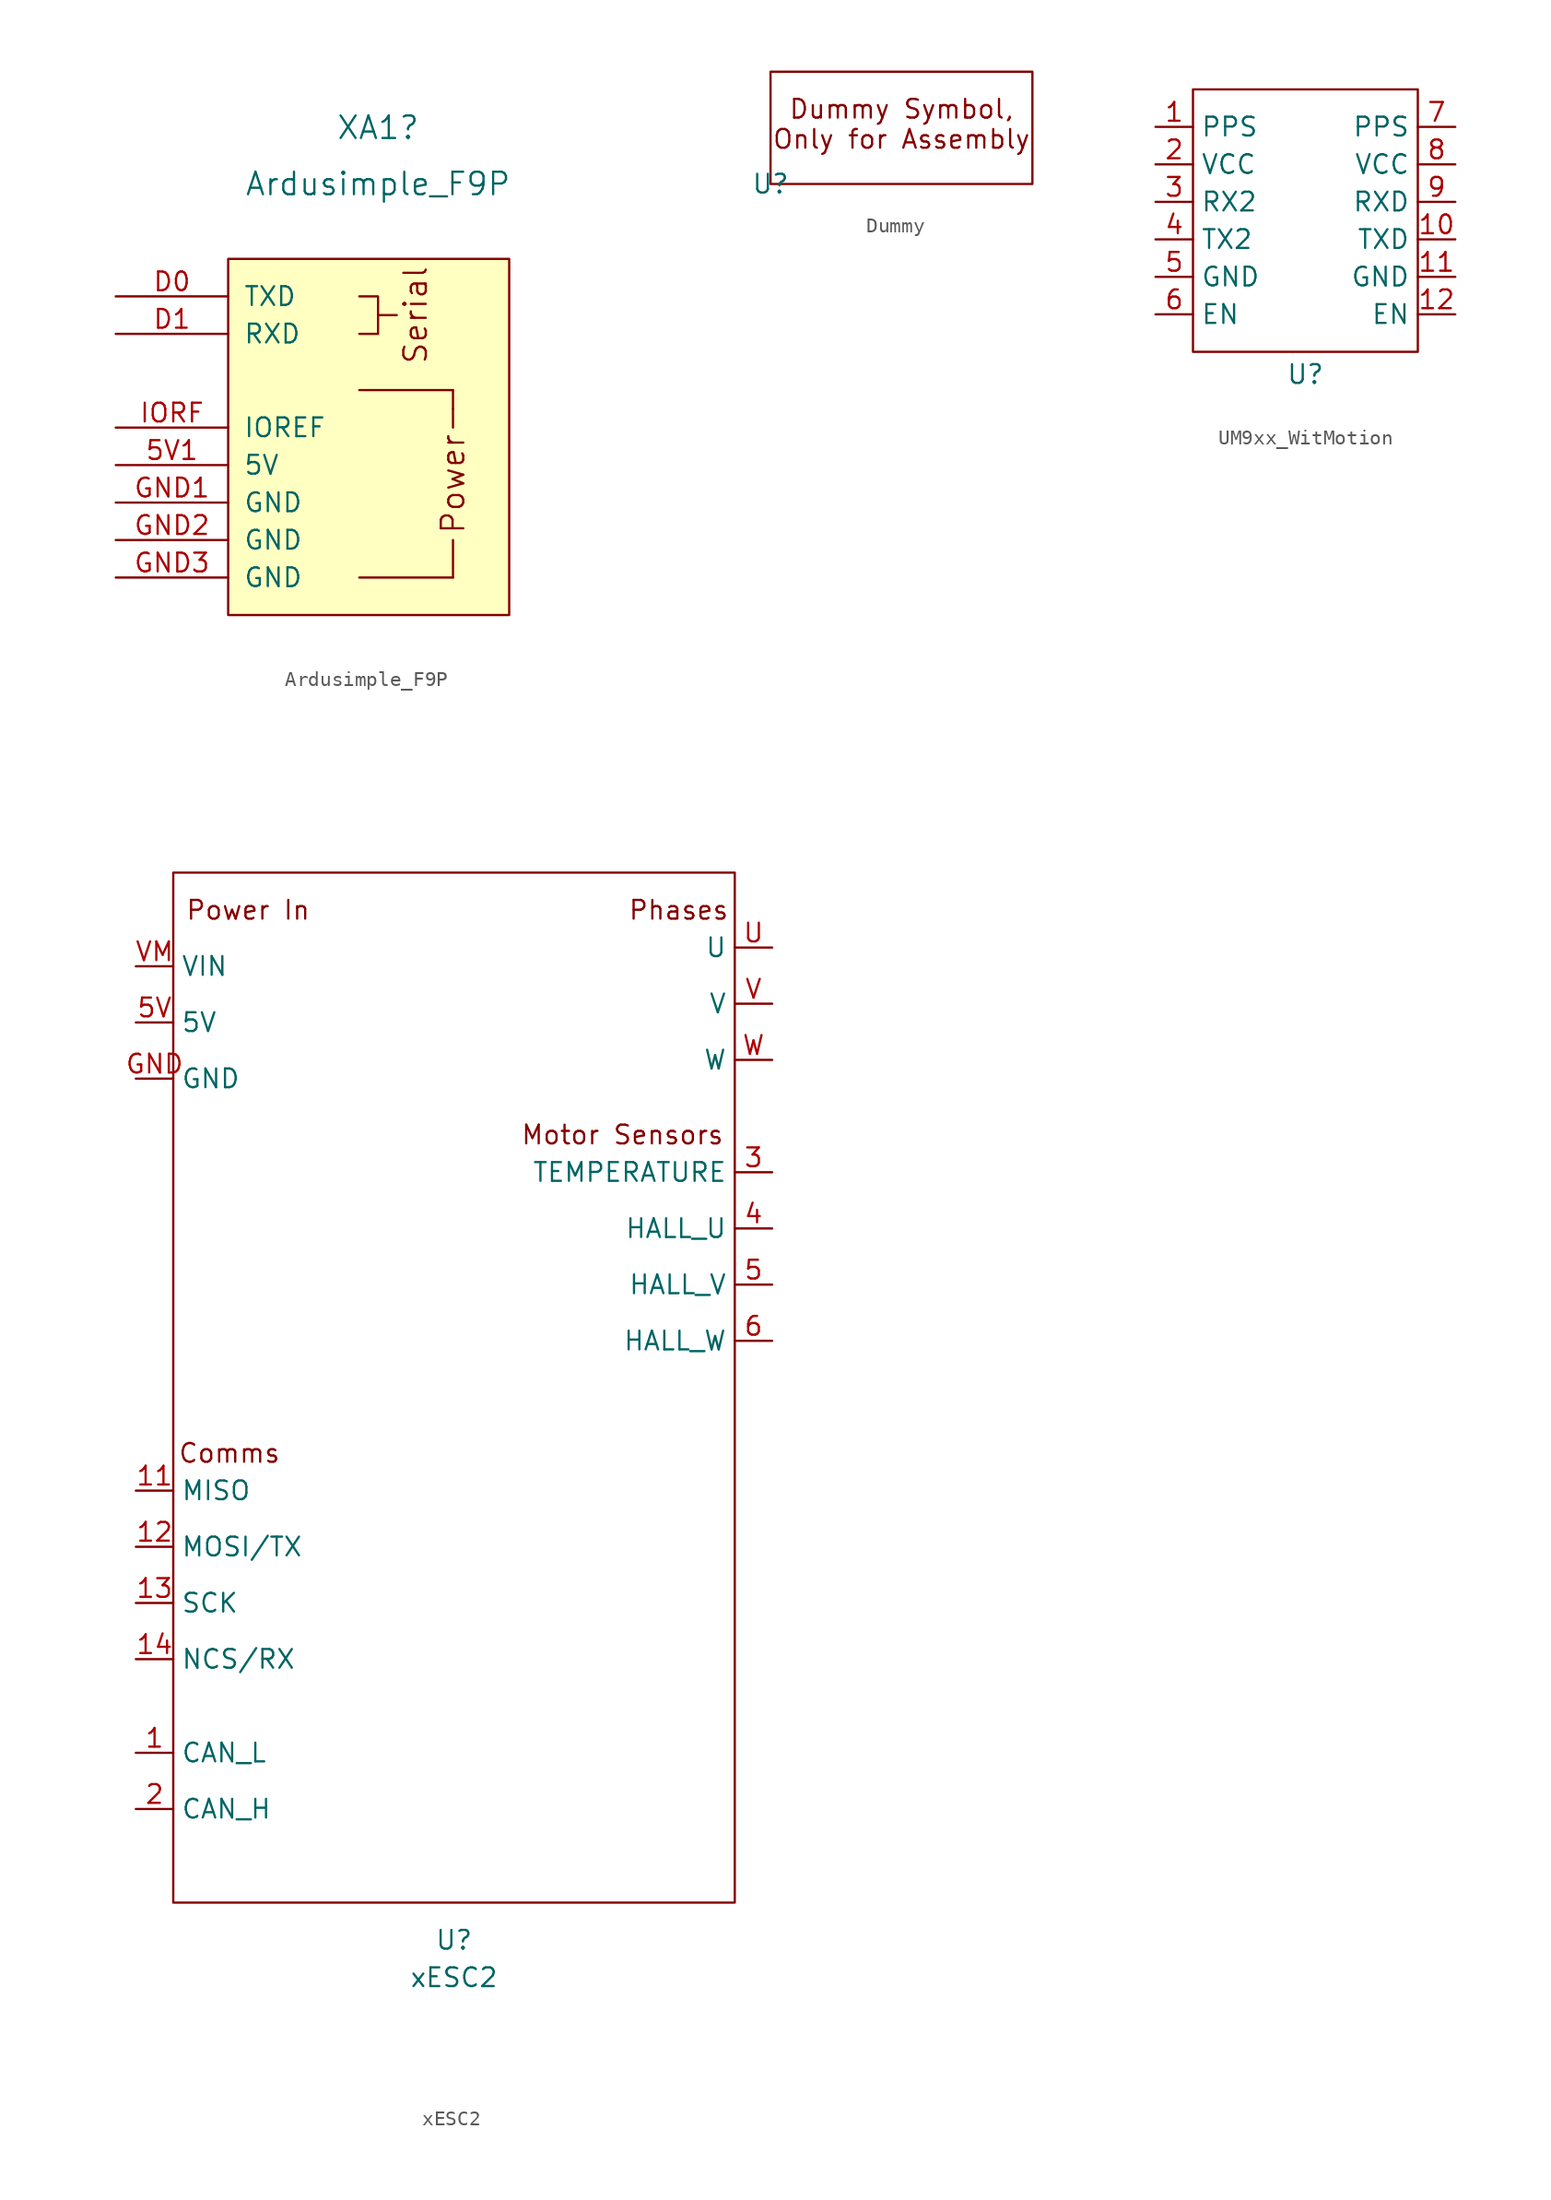
<source format=kicad_sym>
(kicad_symbol_lib
  (version 20241209)
  (generator "kicad_symbol_editor")
  (generator_version "9.0")
  (symbol "Ardusimple_F9P"
    (pin_names
      (offset 1.016))
    (property "Reference" "XA1"
      (at 0 35.56 0)
      (effects (font (size 1.524 1.524))))
    (property "Value" "Ardusimple_F9P"
      (at 0 31.75 0)
      (effects (font (size 1.524 1.524))))
    (symbol "Ardusimple_F9P_0_0"
      (rectangle (start -10.16 26.67) (end 8.89 2.54) (stroke (width 0) (type default)) (fill (type background)))
      (polyline (pts (xy -1.27 24.13) (xy 0 24.13) (xy 0 21.59) (xy -1.27 21.59)) (stroke (width 0) (type default)) (fill (type none)))
      (rectangle (start -1.27 17.78) (end 5.08 17.78) (stroke (width 0) (type default)) (fill (type none)))
      (rectangle (start -1.27 5.08) (end 5.08 5.08) (stroke (width 0) (type default)) (fill (type none)))
      (polyline (pts (xy 0 22.86) (xy 1.27 22.86)) (stroke (width 0) (type default)) (fill (type none)))
      (polyline (pts (xy 5.08 17.78) (xy 5.08 16.51)) (stroke (width 0) (type default)) (fill (type none)))
      (polyline (pts (xy 5.08 16.51) (xy 5.08 15.24)) (stroke (width 0) (type default)) (fill (type none)))
      (polyline (pts (xy 5.08 5.08) (xy 5.08 7.62)) (stroke (width 0) (type default)) (fill (type none)))
      (text "Serial" (at 2.54 22.86 900) (effects (font (size 1.524 1.524))))
      (text "Power" (at 5.08 11.43 900) (effects (font (size 1.524 1.524)))))
    (symbol "Ardusimple_F9P_1_1"
      (pin output line (at -17.78 24.13 0) (length 7.62) (name "TXD" (effects (font (size 1.27 1.27)))) (number "D0" (effects (font (size 1.27 1.27)))))
      (pin input line (at -17.78 21.59 0) (length 7.62) (name "RXD" (effects (font (size 1.27 1.27)))) (number "D1" (effects (font (size 1.27 1.27)))))
      (pin power_in line (at -17.78 15.24 0) (length 7.62) (name "IOREF" (effects (font (size 1.27 1.27)))) (number "IORF" (effects (font (size 1.27 1.27)))))
      (pin power_in line (at -17.78 12.7 0) (length 7.62) (name "5V" (effects (font (size 1.27 1.27)))) (number "5V1" (effects (font (size 1.27 1.27)))))
      (pin power_in line (at -17.78 10.16 0) (length 7.62) (name "GND" (effects (font (size 1.27 1.27)))) (number "GND1" (effects (font (size 1.27 1.27)))))
      (pin power_in line (at -17.78 7.62 0) (length 7.62) (name "GND" (effects (font (size 1.27 1.27)))) (number "GND2" (effects (font (size 1.27 1.27)))))
      (pin power_in line (at -17.78 5.08 0) (length 7.62) (name "GND" (effects (font (size 1.27 1.27)))) (number "GND3" (effects (font (size 1.27 1.27)))))
      (pin no_connect line (at 16.51 3.81 180) (length 7.62) (hide yes) (name "3.3V" (effects (font (size 1.27 1.27)))) (number "3V3" (effects (font (size 1.27 1.27)))))
      (pin no_connect line (at 16.51 3.81 180) (length 7.62) (hide yes) (name "A0" (effects (font (size 1.27 1.27)))) (number "A0" (effects (font (size 1.27 1.27)))))
      (pin no_connect line (at 16.51 3.81 180) (length 7.62) (hide yes) (name "A1" (effects (font (size 1.27 1.27)))) (number "A1" (effects (font (size 1.27 1.27)))))
      (pin no_connect line (at 16.51 3.81 180) (length 7.62) (hide yes) (name "A2" (effects (font (size 1.27 1.27)))) (number "A2" (effects (font (size 1.27 1.27)))))
      (pin no_connect line (at 16.51 3.81 180) (length 7.62) (hide yes) (name "A3" (effects (font (size 1.27 1.27)))) (number "A3" (effects (font (size 1.27 1.27)))))
      (pin no_connect line (at 16.51 3.81 180) (length 7.62) (hide yes) (name "A4" (effects (font (size 1.27 1.27)))) (number "A4" (effects (font (size 1.27 1.27)))))
      (pin no_connect line (at 16.51 3.81 180) (length 7.62) (hide yes) (name "A5" (effects (font (size 1.27 1.27)))) (number "A5" (effects (font (size 1.27 1.27)))))
      (pin no_connect line (at 16.51 3.81 180) (length 7.62) (hide yes) (name "AREF" (effects (font (size 1.27 1.27)))) (number "AREF" (effects (font (size 1.27 1.27)))))
      (pin no_connect line (at 16.51 3.81 180) (length 7.62) (hide yes) (name "D10_CS" (effects (font (size 1.27 1.27)))) (number "D10" (effects (font (size 1.27 1.27)))))
      (pin no_connect line (at 16.51 3.81 180) (length 7.62) (hide yes) (name "D11" (effects (font (size 1.27 1.27)))) (number "D11" (effects (font (size 1.27 1.27)))))
      (pin no_connect line (at 16.51 3.81 180) (length 7.62) (hide yes) (name "D12" (effects (font (size 1.27 1.27)))) (number "D12" (effects (font (size 1.27 1.27)))))
      (pin no_connect line (at 16.51 3.81 180) (length 7.62) (hide yes) (name "D13" (effects (font (size 1.27 1.27)))) (number "D13" (effects (font (size 1.27 1.27)))))
      (pin no_connect line (at 16.51 3.81 180) (length 7.62) (hide yes) (name "D2_INT0" (effects (font (size 1.27 1.27)))) (number "D2" (effects (font (size 1.27 1.27)))))
      (pin no_connect line (at 16.51 3.81 180) (length 7.62) (hide yes) (name "D3_INT1" (effects (font (size 1.27 1.27)))) (number "D3" (effects (font (size 1.27 1.27)))))
      (pin no_connect line (at 16.51 3.81 180) (length 7.62) (hide yes) (name "D4" (effects (font (size 1.27 1.27)))) (number "D4" (effects (font (size 1.27 1.27)))))
      (pin no_connect line (at 16.51 3.81 180) (length 7.62) (hide yes) (name "D5" (effects (font (size 1.27 1.27)))) (number "D5" (effects (font (size 1.27 1.27)))))
      (pin no_connect line (at 16.51 3.81 180) (length 7.62) (hide yes) (name "D6" (effects (font (size 1.27 1.27)))) (number "D6" (effects (font (size 1.27 1.27)))))
      (pin no_connect line (at 16.51 3.81 180) (length 7.62) (hide yes) (name "D7" (effects (font (size 1.27 1.27)))) (number "D7" (effects (font (size 1.27 1.27)))))
      (pin no_connect line (at 16.51 3.81 180) (length 7.62) (hide yes) (name "D8" (effects (font (size 1.27 1.27)))) (number "D8" (effects (font (size 1.27 1.27)))))
      (pin no_connect line (at 16.51 3.81 180) (length 7.62) (hide yes) (name "D9" (effects (font (size 1.27 1.27)))) (number "D9" (effects (font (size 1.27 1.27)))))
      (pin no_connect input_low (at 16.51 3.81 180) (length 7.62) (hide yes) (name "RESET" (effects (font (size 1.27 1.27)))) (number "RST1" (effects (font (size 1.27 1.27)))))
      (pin no_connect clock (at 16.51 3.81 180) (length 7.62) (hide yes) (name "SCL" (effects (font (size 1.27 1.27)))) (number "SCL" (effects (font (size 1.27 1.27)))))
      (pin no_connect line (at 16.51 3.81 180) (length 7.62) (hide yes) (name "SDA" (effects (font (size 1.27 1.27)))) (number "SDA" (effects (font (size 1.27 1.27)))))
      (pin no_connect line (at 16.51 3.81 180) (length 7.62) (hide yes) (name "VIN" (effects (font (size 1.27 1.27)))) (number "VIN" (effects (font (size 1.27 1.27)))))))
  (symbol "Dummy"
    (property "Reference" "U"
      (at 0 0 0)
      (effects (font (size 1.27 1.27))))
    (property "Value" ""
      (at 0 0 0)
      (effects (font (size 1.27 1.27))))
    (symbol "Dummy_0_1"
      (rectangle (start 0 7.62) (end 17.78 0) (stroke (width 0) (type default)) (fill (type none))))
    (symbol "Dummy_1_1"
      (text "Dummy Symbol,\nOnly for Assembly" (at 8.89 4.064 0) (effects (font (size 1.27 1.27))))))
  (symbol "UM9xx_WitMotion"
    (property "Reference" "U"
      (at 7.62 1.016 0)
      (effects (font (size 1.27 1.27))))
    (property "Value" ""
      (at 0 0 0)
      (effects (font (size 1.27 1.27))))
    (symbol "UM9xx_WitMotion_0_1"
      (rectangle (start 0 20.32) (end 15.24 2.54) (stroke (width 0) (type default)) (fill (type none))))
    (symbol "UM9xx_WitMotion_1_1"
      (pin output line (at -2.54 17.78 0) (length 2.54) (name "PPS" (effects (font (size 1.27 1.27)))) (number "1" (effects (font (size 1.27 1.27)))))
      (pin input line (at -2.54 15.24 0) (length 2.54) (name "VCC" (effects (font (size 1.27 1.27)))) (number "2" (effects (font (size 1.27 1.27)))))
      (pin input line (at -2.54 12.7 0) (length 2.54) (name "RX2" (effects (font (size 1.27 1.27)))) (number "3" (effects (font (size 1.27 1.27)))))
      (pin output line (at -2.54 10.16 0) (length 2.54) (name "TX2" (effects (font (size 1.27 1.27)))) (number "4" (effects (font (size 1.27 1.27)))))
      (pin input line (at -2.54 7.62 0) (length 2.54) (name "GND" (effects (font (size 1.27 1.27)))) (number "5" (effects (font (size 1.27 1.27)))))
      (pin output line (at -2.54 5.08 0) (length 2.54) (name "EN" (effects (font (size 1.27 1.27)))) (number "6" (effects (font (size 1.27 1.27)))))
      (pin output line (at 17.78 17.78 180) (length 2.54) (name "PPS" (effects (font (size 1.27 1.27)))) (number "7" (effects (font (size 1.27 1.27)))))
      (pin input line (at 17.78 15.24 180) (length 2.54) (name "VCC" (effects (font (size 1.27 1.27)))) (number "8" (effects (font (size 1.27 1.27)))))
      (pin input line (at 17.78 12.7 180) (length 2.54) (name "RXD" (effects (font (size 1.27 1.27)))) (number "9" (effects (font (size 1.27 1.27)))))
      (pin output line (at 17.78 10.16 180) (length 2.54) (name "TXD" (effects (font (size 1.27 1.27)))) (number "10" (effects (font (size 1.27 1.27)))))
      (pin input line (at 17.78 7.62 180) (length 2.54) (name "GND" (effects (font (size 1.27 1.27)))) (number "11" (effects (font (size 1.27 1.27)))))
      (pin output line (at 17.78 5.08 180) (length 2.54) (name "EN" (effects (font (size 1.27 1.27)))) (number "12" (effects (font (size 1.27 1.27)))))))
  (symbol "xESC2"
    (property "Reference" "U"
      (at -2.54 -22.86 0)
      (effects (font (size 1.27 1.27))))
    (property "Value" "xESC2"
      (at -2.54 -25.4 0)
      (effects (font (size 1.27 1.27))))
    (symbol "xESC2_0_0"
      (text "Comms" (at -17.78 10.16 0) (effects (font (size 1.27 1.27))))
      (text "Power In" (at -16.51 46.99 0) (effects (font (size 1.27 1.27))))
      (text "Motor Sensors" (at 8.89 31.75 0) (effects (font (size 1.27 1.27))))
      (text "Phases" (at 12.7 46.99 0) (effects (font (size 1.27 1.27)))))
    (symbol "xESC2_0_1"
      (rectangle (start -21.59 49.53) (end 16.51 -20.32) (stroke (width 0) (type default)) (fill (type none))))
    (symbol "xESC2_1_1"
      (pin input line (at -24.13 43.18 0) (length 2.54) (name "VIN" (effects (font (size 1.27 1.27)))) (number "VM" (effects (font (size 1.27 1.27)))))
      (pin input line (at -24.13 39.37 0) (length 2.54) (name "5V" (effects (font (size 1.27 1.27)))) (number "5V" (effects (font (size 1.27 1.27)))))
      (pin input line (at -24.13 35.56 0) (length 2.54) (name "GND" (effects (font (size 1.27 1.27)))) (number "GND" (effects (font (size 1.27 1.27)))))
      (pin input line (at -24.13 7.62 0) (length 2.54) (name "MISO" (effects (font (size 1.27 1.27)))) (number "11" (effects (font (size 1.27 1.27)))))
      (pin input line (at -24.13 3.81 0) (length 2.54) (name "MOSI/TX" (effects (font (size 1.27 1.27)))) (number "12" (effects (font (size 1.27 1.27)))))
      (pin input line (at -24.13 0 0) (length 2.54) (name "SCK" (effects (font (size 1.27 1.27)))) (number "13" (effects (font (size 1.27 1.27)))))
      (pin input line (at -24.13 -3.81 0) (length 2.54) (name "NCS/RX" (effects (font (size 1.27 1.27)))) (number "14" (effects (font (size 1.27 1.27)))))
      (pin input line (at -24.13 -10.16 0) (length 2.54) (name "CAN_L" (effects (font (size 1.27 1.27)))) (number "1" (effects (font (size 1.27 1.27)))))
      (pin input line (at -24.13 -13.97 0) (length 2.54) (name "CAN_H" (effects (font (size 1.27 1.27)))) (number "2" (effects (font (size 1.27 1.27)))))
      (pin output line (at 19.05 44.45 180) (length 2.54) (name "U" (effects (font (size 1.27 1.27)))) (number "U" (effects (font (size 1.27 1.27)))))
      (pin output line (at 19.05 40.64 180) (length 2.54) (name "V" (effects (font (size 1.27 1.27)))) (number "V" (effects (font (size 1.27 1.27)))))
      (pin output line (at 19.05 36.83 180) (length 2.54) (name "W" (effects (font (size 1.27 1.27)))) (number "W" (effects (font (size 1.27 1.27)))))
      (pin input line (at 19.05 29.21 180) (length 2.54) (name "TEMPERATURE" (effects (font (size 1.27 1.27)))) (number "3" (effects (font (size 1.27 1.27)))))
      (pin input line (at 19.05 25.4 180) (length 2.54) (name "HALL_U" (effects (font (size 1.27 1.27)))) (number "4" (effects (font (size 1.27 1.27)))))
      (pin input line (at 19.05 21.59 180) (length 2.54) (name "HALL_V" (effects (font (size 1.27 1.27)))) (number "5" (effects (font (size 1.27 1.27)))))
      (pin input line (at 19.05 17.78 180) (length 2.54) (name "HALL_W" (effects (font (size 1.27 1.27)))) (number "6" (effects (font (size 1.27 1.27))))))))
</source>
